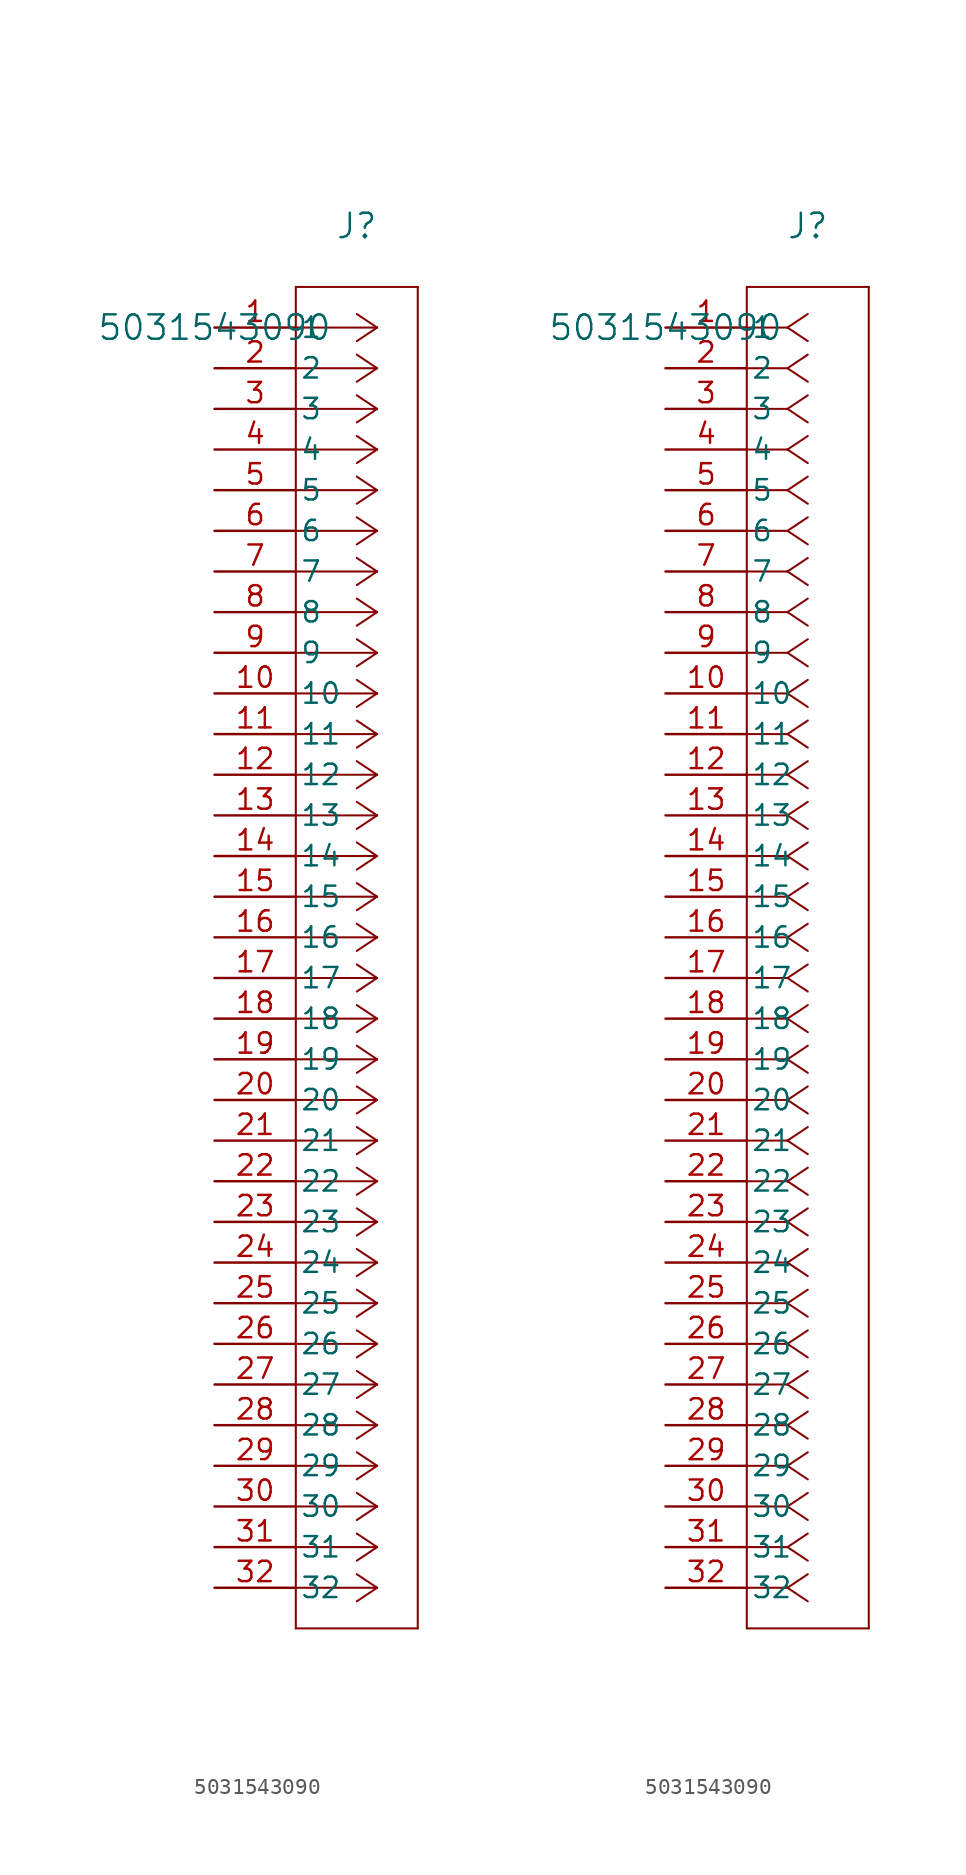
<source format=kicad_sym>
(kicad_symbol_lib
  (version 20211014)
  (generator kicad_symbol_editor)
  (symbol "5031543090"
    (pin_names
      (offset 0.254))
    (property "Reference" "J"
      (at 8.89 6.35 0)
      (effects (font (size 1.524 1.524))))
    (property "Value" "5031543090"
      (at 0 0 0)
      (effects (font (size 1.524 1.524))))
    (symbol "5031543090_1_1"
      (polyline (pts (xy 10.16 0) (xy 5.08 0)) (stroke (width 0.127) (type default) (color 0 0 0 0)) (fill (type none)))
      (polyline (pts (xy 10.16 -2.54) (xy 5.08 -2.54)) (stroke (width 0.127) (type default) (color 0 0 0 0)) (fill (type none)))
      (polyline (pts (xy 10.16 -5.08) (xy 5.08 -5.08)) (stroke (width 0.127) (type default) (color 0 0 0 0)) (fill (type none)))
      (polyline (pts (xy 10.16 -7.62) (xy 5.08 -7.62)) (stroke (width 0.127) (type default) (color 0 0 0 0)) (fill (type none)))
      (polyline (pts (xy 10.16 -10.16) (xy 5.08 -10.16)) (stroke (width 0.127) (type default) (color 0 0 0 0)) (fill (type none)))
      (polyline (pts (xy 10.16 -12.7) (xy 5.08 -12.7)) (stroke (width 0.127) (type default) (color 0 0 0 0)) (fill (type none)))
      (polyline (pts (xy 10.16 -15.24) (xy 5.08 -15.24)) (stroke (width 0.127) (type default) (color 0 0 0 0)) (fill (type none)))
      (polyline (pts (xy 10.16 -17.78) (xy 5.08 -17.78)) (stroke (width 0.127) (type default) (color 0 0 0 0)) (fill (type none)))
      (polyline (pts (xy 10.16 -20.32) (xy 5.08 -20.32)) (stroke (width 0.127) (type default) (color 0 0 0 0)) (fill (type none)))
      (polyline (pts (xy 10.16 -22.86) (xy 5.08 -22.86)) (stroke (width 0.127) (type default) (color 0 0 0 0)) (fill (type none)))
      (polyline (pts (xy 10.16 -25.4) (xy 5.08 -25.4)) (stroke (width 0.127) (type default) (color 0 0 0 0)) (fill (type none)))
      (polyline (pts (xy 10.16 -27.94) (xy 5.08 -27.94)) (stroke (width 0.127) (type default) (color 0 0 0 0)) (fill (type none)))
      (polyline (pts (xy 10.16 -30.48) (xy 5.08 -30.48)) (stroke (width 0.127) (type default) (color 0 0 0 0)) (fill (type none)))
      (polyline (pts (xy 10.16 -33.02) (xy 5.08 -33.02)) (stroke (width 0.127) (type default) (color 0 0 0 0)) (fill (type none)))
      (polyline (pts (xy 10.16 -35.56) (xy 5.08 -35.56)) (stroke (width 0.127) (type default) (color 0 0 0 0)) (fill (type none)))
      (polyline (pts (xy 10.16 -38.1) (xy 5.08 -38.1)) (stroke (width 0.127) (type default) (color 0 0 0 0)) (fill (type none)))
      (polyline (pts (xy 10.16 -40.64) (xy 5.08 -40.64)) (stroke (width 0.127) (type default) (color 0 0 0 0)) (fill (type none)))
      (polyline (pts (xy 10.16 -43.18) (xy 5.08 -43.18)) (stroke (width 0.127) (type default) (color 0 0 0 0)) (fill (type none)))
      (polyline (pts (xy 10.16 -45.72) (xy 5.08 -45.72)) (stroke (width 0.127) (type default) (color 0 0 0 0)) (fill (type none)))
      (polyline (pts (xy 10.16 -48.26) (xy 5.08 -48.26)) (stroke (width 0.127) (type default) (color 0 0 0 0)) (fill (type none)))
      (polyline (pts (xy 10.16 -50.8) (xy 5.08 -50.8)) (stroke (width 0.127) (type default) (color 0 0 0 0)) (fill (type none)))
      (polyline (pts (xy 10.16 -53.34) (xy 5.08 -53.34)) (stroke (width 0.127) (type default) (color 0 0 0 0)) (fill (type none)))
      (polyline (pts (xy 10.16 -55.88) (xy 5.08 -55.88)) (stroke (width 0.127) (type default) (color 0 0 0 0)) (fill (type none)))
      (polyline (pts (xy 10.16 -58.42) (xy 5.08 -58.42)) (stroke (width 0.127) (type default) (color 0 0 0 0)) (fill (type none)))
      (polyline (pts (xy 10.16 -60.96) (xy 5.08 -60.96)) (stroke (width 0.127) (type default) (color 0 0 0 0)) (fill (type none)))
      (polyline (pts (xy 10.16 -63.5) (xy 5.08 -63.5)) (stroke (width 0.127) (type default) (color 0 0 0 0)) (fill (type none)))
      (polyline (pts (xy 10.16 -66.04) (xy 5.08 -66.04)) (stroke (width 0.127) (type default) (color 0 0 0 0)) (fill (type none)))
      (polyline (pts (xy 10.16 -68.58) (xy 5.08 -68.58)) (stroke (width 0.127) (type default) (color 0 0 0 0)) (fill (type none)))
      (polyline (pts (xy 10.16 -71.12) (xy 5.08 -71.12)) (stroke (width 0.127) (type default) (color 0 0 0 0)) (fill (type none)))
      (polyline (pts (xy 10.16 -73.66) (xy 5.08 -73.66)) (stroke (width 0.127) (type default) (color 0 0 0 0)) (fill (type none)))
      (polyline (pts (xy 10.16 -76.2) (xy 5.08 -76.2)) (stroke (width 0.127) (type default) (color 0 0 0 0)) (fill (type none)))
      (polyline (pts (xy 10.16 -78.74) (xy 5.08 -78.74)) (stroke (width 0.127) (type default) (color 0 0 0 0)) (fill (type none)))
      (polyline (pts (xy 10.16 0) (xy 8.89 0.847)) (stroke (width 0.127) (type default) (color 0 0 0 0)) (fill (type none)))
      (polyline (pts (xy 10.16 -2.54) (xy 8.89 -1.693)) (stroke (width 0.127) (type default) (color 0 0 0 0)) (fill (type none)))
      (polyline (pts (xy 10.16 -5.08) (xy 8.89 -4.233)) (stroke (width 0.127) (type default) (color 0 0 0 0)) (fill (type none)))
      (polyline (pts (xy 10.16 -7.62) (xy 8.89 -6.773)) (stroke (width 0.127) (type default) (color 0 0 0 0)) (fill (type none)))
      (polyline (pts (xy 10.16 -10.16) (xy 8.89 -9.313)) (stroke (width 0.127) (type default) (color 0 0 0 0)) (fill (type none)))
      (polyline (pts (xy 10.16 -12.7) (xy 8.89 -11.853)) (stroke (width 0.127) (type default) (color 0 0 0 0)) (fill (type none)))
      (polyline (pts (xy 10.16 -15.24) (xy 8.89 -14.393)) (stroke (width 0.127) (type default) (color 0 0 0 0)) (fill (type none)))
      (polyline (pts (xy 10.16 -17.78) (xy 8.89 -16.933)) (stroke (width 0.127) (type default) (color 0 0 0 0)) (fill (type none)))
      (polyline (pts (xy 10.16 -20.32) (xy 8.89 -19.473)) (stroke (width 0.127) (type default) (color 0 0 0 0)) (fill (type none)))
      (polyline (pts (xy 10.16 -22.86) (xy 8.89 -22.013)) (stroke (width 0.127) (type default) (color 0 0 0 0)) (fill (type none)))
      (polyline (pts (xy 10.16 -25.4) (xy 8.89 -24.553)) (stroke (width 0.127) (type default) (color 0 0 0 0)) (fill (type none)))
      (polyline (pts (xy 10.16 -27.94) (xy 8.89 -27.093)) (stroke (width 0.127) (type default) (color 0 0 0 0)) (fill (type none)))
      (polyline (pts (xy 10.16 -30.48) (xy 8.89 -29.633)) (stroke (width 0.127) (type default) (color 0 0 0 0)) (fill (type none)))
      (polyline (pts (xy 10.16 -33.02) (xy 8.89 -32.173)) (stroke (width 0.127) (type default) (color 0 0 0 0)) (fill (type none)))
      (polyline (pts (xy 10.16 -35.56) (xy 8.89 -34.713)) (stroke (width 0.127) (type default) (color 0 0 0 0)) (fill (type none)))
      (polyline (pts (xy 10.16 -38.1) (xy 8.89 -37.253)) (stroke (width 0.127) (type default) (color 0 0 0 0)) (fill (type none)))
      (polyline (pts (xy 10.16 -40.64) (xy 8.89 -39.793)) (stroke (width 0.127) (type default) (color 0 0 0 0)) (fill (type none)))
      (polyline (pts (xy 10.16 -43.18) (xy 8.89 -42.333)) (stroke (width 0.127) (type default) (color 0 0 0 0)) (fill (type none)))
      (polyline (pts (xy 10.16 -45.72) (xy 8.89 -44.873)) (stroke (width 0.127) (type default) (color 0 0 0 0)) (fill (type none)))
      (polyline (pts (xy 10.16 -48.26) (xy 8.89 -47.413)) (stroke (width 0.127) (type default) (color 0 0 0 0)) (fill (type none)))
      (polyline (pts (xy 10.16 -50.8) (xy 8.89 -49.953)) (stroke (width 0.127) (type default) (color 0 0 0 0)) (fill (type none)))
      (polyline (pts (xy 10.16 -53.34) (xy 8.89 -52.493)) (stroke (width 0.127) (type default) (color 0 0 0 0)) (fill (type none)))
      (polyline (pts (xy 10.16 -55.88) (xy 8.89 -55.033)) (stroke (width 0.127) (type default) (color 0 0 0 0)) (fill (type none)))
      (polyline (pts (xy 10.16 -58.42) (xy 8.89 -57.573)) (stroke (width 0.127) (type default) (color 0 0 0 0)) (fill (type none)))
      (polyline (pts (xy 10.16 -60.96) (xy 8.89 -60.113)) (stroke (width 0.127) (type default) (color 0 0 0 0)) (fill (type none)))
      (polyline (pts (xy 10.16 -63.5) (xy 8.89 -62.653)) (stroke (width 0.127) (type default) (color 0 0 0 0)) (fill (type none)))
      (polyline (pts (xy 10.16 -66.04) (xy 8.89 -65.193)) (stroke (width 0.127) (type default) (color 0 0 0 0)) (fill (type none)))
      (polyline (pts (xy 10.16 -68.58) (xy 8.89 -67.733)) (stroke (width 0.127) (type default) (color 0 0 0 0)) (fill (type none)))
      (polyline (pts (xy 10.16 -71.12) (xy 8.89 -70.273)) (stroke (width 0.127) (type default) (color 0 0 0 0)) (fill (type none)))
      (polyline (pts (xy 10.16 -73.66) (xy 8.89 -72.813)) (stroke (width 0.127) (type default) (color 0 0 0 0)) (fill (type none)))
      (polyline (pts (xy 10.16 -76.2) (xy 8.89 -75.353)) (stroke (width 0.127) (type default) (color 0 0 0 0)) (fill (type none)))
      (polyline (pts (xy 10.16 -78.74) (xy 8.89 -77.893)) (stroke (width 0.127) (type default) (color 0 0 0 0)) (fill (type none)))
      (polyline (pts (xy 10.16 0) (xy 8.89 -0.847)) (stroke (width 0.127) (type default) (color 0 0 0 0)) (fill (type none)))
      (polyline (pts (xy 10.16 -2.54) (xy 8.89 -3.387)) (stroke (width 0.127) (type default) (color 0 0 0 0)) (fill (type none)))
      (polyline (pts (xy 10.16 -5.08) (xy 8.89 -5.927)) (stroke (width 0.127) (type default) (color 0 0 0 0)) (fill (type none)))
      (polyline (pts (xy 10.16 -7.62) (xy 8.89 -8.467)) (stroke (width 0.127) (type default) (color 0 0 0 0)) (fill (type none)))
      (polyline (pts (xy 10.16 -10.16) (xy 8.89 -11.007)) (stroke (width 0.127) (type default) (color 0 0 0 0)) (fill (type none)))
      (polyline (pts (xy 10.16 -12.7) (xy 8.89 -13.547)) (stroke (width 0.127) (type default) (color 0 0 0 0)) (fill (type none)))
      (polyline (pts (xy 10.16 -15.24) (xy 8.89 -16.087)) (stroke (width 0.127) (type default) (color 0 0 0 0)) (fill (type none)))
      (polyline (pts (xy 10.16 -17.78) (xy 8.89 -18.627)) (stroke (width 0.127) (type default) (color 0 0 0 0)) (fill (type none)))
      (polyline (pts (xy 10.16 -20.32) (xy 8.89 -21.167)) (stroke (width 0.127) (type default) (color 0 0 0 0)) (fill (type none)))
      (polyline (pts (xy 10.16 -22.86) (xy 8.89 -23.707)) (stroke (width 0.127) (type default) (color 0 0 0 0)) (fill (type none)))
      (polyline (pts (xy 10.16 -25.4) (xy 8.89 -26.247)) (stroke (width 0.127) (type default) (color 0 0 0 0)) (fill (type none)))
      (polyline (pts (xy 10.16 -27.94) (xy 8.89 -28.787)) (stroke (width 0.127) (type default) (color 0 0 0 0)) (fill (type none)))
      (polyline (pts (xy 10.16 -30.48) (xy 8.89 -31.327)) (stroke (width 0.127) (type default) (color 0 0 0 0)) (fill (type none)))
      (polyline (pts (xy 10.16 -33.02) (xy 8.89 -33.867)) (stroke (width 0.127) (type default) (color 0 0 0 0)) (fill (type none)))
      (polyline (pts (xy 10.16 -35.56) (xy 8.89 -36.407)) (stroke (width 0.127) (type default) (color 0 0 0 0)) (fill (type none)))
      (polyline (pts (xy 10.16 -38.1) (xy 8.89 -38.947)) (stroke (width 0.127) (type default) (color 0 0 0 0)) (fill (type none)))
      (polyline (pts (xy 10.16 -40.64) (xy 8.89 -41.487)) (stroke (width 0.127) (type default) (color 0 0 0 0)) (fill (type none)))
      (polyline (pts (xy 10.16 -43.18) (xy 8.89 -44.027)) (stroke (width 0.127) (type default) (color 0 0 0 0)) (fill (type none)))
      (polyline (pts (xy 10.16 -45.72) (xy 8.89 -46.567)) (stroke (width 0.127) (type default) (color 0 0 0 0)) (fill (type none)))
      (polyline (pts (xy 10.16 -48.26) (xy 8.89 -49.107)) (stroke (width 0.127) (type default) (color 0 0 0 0)) (fill (type none)))
      (polyline (pts (xy 10.16 -50.8) (xy 8.89 -51.647)) (stroke (width 0.127) (type default) (color 0 0 0 0)) (fill (type none)))
      (polyline (pts (xy 10.16 -53.34) (xy 8.89 -54.187)) (stroke (width 0.127) (type default) (color 0 0 0 0)) (fill (type none)))
      (polyline (pts (xy 10.16 -55.88) (xy 8.89 -56.727)) (stroke (width 0.127) (type default) (color 0 0 0 0)) (fill (type none)))
      (polyline (pts (xy 10.16 -58.42) (xy 8.89 -59.267)) (stroke (width 0.127) (type default) (color 0 0 0 0)) (fill (type none)))
      (polyline (pts (xy 10.16 -60.96) (xy 8.89 -61.807)) (stroke (width 0.127) (type default) (color 0 0 0 0)) (fill (type none)))
      (polyline (pts (xy 10.16 -63.5) (xy 8.89 -64.347)) (stroke (width 0.127) (type default) (color 0 0 0 0)) (fill (type none)))
      (polyline (pts (xy 10.16 -66.04) (xy 8.89 -66.887)) (stroke (width 0.127) (type default) (color 0 0 0 0)) (fill (type none)))
      (polyline (pts (xy 10.16 -68.58) (xy 8.89 -69.427)) (stroke (width 0.127) (type default) (color 0 0 0 0)) (fill (type none)))
      (polyline (pts (xy 10.16 -71.12) (xy 8.89 -71.967)) (stroke (width 0.127) (type default) (color 0 0 0 0)) (fill (type none)))
      (polyline (pts (xy 10.16 -73.66) (xy 8.89 -74.507)) (stroke (width 0.127) (type default) (color 0 0 0 0)) (fill (type none)))
      (polyline (pts (xy 10.16 -76.2) (xy 8.89 -77.047)) (stroke (width 0.127) (type default) (color 0 0 0 0)) (fill (type none)))
      (polyline (pts (xy 10.16 -78.74) (xy 8.89 -79.587)) (stroke (width 0.127) (type default) (color 0 0 0 0)) (fill (type none)))
      (polyline (pts (xy 5.08 2.54) (xy 5.08 -81.28)) (stroke (width 0.127) (type default) (color 0 0 0 0)) (fill (type none)))
      (polyline (pts (xy 5.08 -81.28) (xy 12.7 -81.28)) (stroke (width 0.127) (type default) (color 0 0 0 0)) (fill (type none)))
      (polyline (pts (xy 12.7 -81.28) (xy 12.7 2.54)) (stroke (width 0.127) (type default) (color 0 0 0 0)) (fill (type none)))
      (polyline (pts (xy 12.7 2.54) (xy 5.08 2.54)) (stroke (width 0.127) (type default) (color 0 0 0 0)) (fill (type none)))
      (pin unspecified line (at 0 0 0) (length 5.08) (name "1" (effects (font (size 1.27 1.27)))) (number "1" (effects (font (size 1.27 1.27)))))
      (pin unspecified line (at 0 -2.54 0) (length 5.08) (name "2" (effects (font (size 1.27 1.27)))) (number "2" (effects (font (size 1.27 1.27)))))
      (pin unspecified line (at 0 -5.08 0) (length 5.08) (name "3" (effects (font (size 1.27 1.27)))) (number "3" (effects (font (size 1.27 1.27)))))
      (pin unspecified line (at 0 -7.62 0) (length 5.08) (name "4" (effects (font (size 1.27 1.27)))) (number "4" (effects (font (size 1.27 1.27)))))
      (pin unspecified line (at 0 -10.16 0) (length 5.08) (name "5" (effects (font (size 1.27 1.27)))) (number "5" (effects (font (size 1.27 1.27)))))
      (pin unspecified line (at 0 -12.7 0) (length 5.08) (name "6" (effects (font (size 1.27 1.27)))) (number "6" (effects (font (size 1.27 1.27)))))
      (pin unspecified line (at 0 -15.24 0) (length 5.08) (name "7" (effects (font (size 1.27 1.27)))) (number "7" (effects (font (size 1.27 1.27)))))
      (pin unspecified line (at 0 -17.78 0) (length 5.08) (name "8" (effects (font (size 1.27 1.27)))) (number "8" (effects (font (size 1.27 1.27)))))
      (pin unspecified line (at 0 -20.32 0) (length 5.08) (name "9" (effects (font (size 1.27 1.27)))) (number "9" (effects (font (size 1.27 1.27)))))
      (pin unspecified line (at 0 -22.86 0) (length 5.08) (name "10" (effects (font (size 1.27 1.27)))) (number "10" (effects (font (size 1.27 1.27)))))
      (pin unspecified line (at 0 -25.4 0) (length 5.08) (name "11" (effects (font (size 1.27 1.27)))) (number "11" (effects (font (size 1.27 1.27)))))
      (pin unspecified line (at 0 -27.94 0) (length 5.08) (name "12" (effects (font (size 1.27 1.27)))) (number "12" (effects (font (size 1.27 1.27)))))
      (pin unspecified line (at 0 -30.48 0) (length 5.08) (name "13" (effects (font (size 1.27 1.27)))) (number "13" (effects (font (size 1.27 1.27)))))
      (pin unspecified line (at 0 -33.02 0) (length 5.08) (name "14" (effects (font (size 1.27 1.27)))) (number "14" (effects (font (size 1.27 1.27)))))
      (pin unspecified line (at 0 -35.56 0) (length 5.08) (name "15" (effects (font (size 1.27 1.27)))) (number "15" (effects (font (size 1.27 1.27)))))
      (pin unspecified line (at 0 -38.1 0) (length 5.08) (name "16" (effects (font (size 1.27 1.27)))) (number "16" (effects (font (size 1.27 1.27)))))
      (pin unspecified line (at 0 -40.64 0) (length 5.08) (name "17" (effects (font (size 1.27 1.27)))) (number "17" (effects (font (size 1.27 1.27)))))
      (pin unspecified line (at 0 -43.18 0) (length 5.08) (name "18" (effects (font (size 1.27 1.27)))) (number "18" (effects (font (size 1.27 1.27)))))
      (pin unspecified line (at 0 -45.72 0) (length 5.08) (name "19" (effects (font (size 1.27 1.27)))) (number "19" (effects (font (size 1.27 1.27)))))
      (pin unspecified line (at 0 -48.26 0) (length 5.08) (name "20" (effects (font (size 1.27 1.27)))) (number "20" (effects (font (size 1.27 1.27)))))
      (pin unspecified line (at 0 -50.8 0) (length 5.08) (name "21" (effects (font (size 1.27 1.27)))) (number "21" (effects (font (size 1.27 1.27)))))
      (pin unspecified line (at 0 -53.34 0) (length 5.08) (name "22" (effects (font (size 1.27 1.27)))) (number "22" (effects (font (size 1.27 1.27)))))
      (pin unspecified line (at 0 -55.88 0) (length 5.08) (name "23" (effects (font (size 1.27 1.27)))) (number "23" (effects (font (size 1.27 1.27)))))
      (pin unspecified line (at 0 -58.42 0) (length 5.08) (name "24" (effects (font (size 1.27 1.27)))) (number "24" (effects (font (size 1.27 1.27)))))
      (pin unspecified line (at 0 -60.96 0) (length 5.08) (name "25" (effects (font (size 1.27 1.27)))) (number "25" (effects (font (size 1.27 1.27)))))
      (pin unspecified line (at 0 -63.5 0) (length 5.08) (name "26" (effects (font (size 1.27 1.27)))) (number "26" (effects (font (size 1.27 1.27)))))
      (pin unspecified line (at 0 -66.04 0) (length 5.08) (name "27" (effects (font (size 1.27 1.27)))) (number "27" (effects (font (size 1.27 1.27)))))
      (pin unspecified line (at 0 -68.58 0) (length 5.08) (name "28" (effects (font (size 1.27 1.27)))) (number "28" (effects (font (size 1.27 1.27)))))
      (pin unspecified line (at 0 -71.12 0) (length 5.08) (name "29" (effects (font (size 1.27 1.27)))) (number "29" (effects (font (size 1.27 1.27)))))
      (pin unspecified line (at 0 -73.66 0) (length 5.08) (name "30" (effects (font (size 1.27 1.27)))) (number "30" (effects (font (size 1.27 1.27)))))
      (pin unspecified line (at 0 -76.2 0) (length 5.08) (name "31" (effects (font (size 1.27 1.27)))) (number "31" (effects (font (size 1.27 1.27)))))
      (pin unspecified line (at 0 -78.74 0) (length 5.08) (name "32" (effects (font (size 1.27 1.27)))) (number "32" (effects (font (size 1.27 1.27))))))
    (symbol "5031543090_1_2"
      (polyline (pts (xy 7.62 0) (xy 5.08 0)) (stroke (width 0.127) (type default) (color 0 0 0 0)) (fill (type none)))
      (polyline (pts (xy 7.62 -2.54) (xy 5.08 -2.54)) (stroke (width 0.127) (type default) (color 0 0 0 0)) (fill (type none)))
      (polyline (pts (xy 7.62 -5.08) (xy 5.08 -5.08)) (stroke (width 0.127) (type default) (color 0 0 0 0)) (fill (type none)))
      (polyline (pts (xy 7.62 -7.62) (xy 5.08 -7.62)) (stroke (width 0.127) (type default) (color 0 0 0 0)) (fill (type none)))
      (polyline (pts (xy 7.62 -10.16) (xy 5.08 -10.16)) (stroke (width 0.127) (type default) (color 0 0 0 0)) (fill (type none)))
      (polyline (pts (xy 7.62 -12.7) (xy 5.08 -12.7)) (stroke (width 0.127) (type default) (color 0 0 0 0)) (fill (type none)))
      (polyline (pts (xy 7.62 -15.24) (xy 5.08 -15.24)) (stroke (width 0.127) (type default) (color 0 0 0 0)) (fill (type none)))
      (polyline (pts (xy 7.62 -17.78) (xy 5.08 -17.78)) (stroke (width 0.127) (type default) (color 0 0 0 0)) (fill (type none)))
      (polyline (pts (xy 7.62 -20.32) (xy 5.08 -20.32)) (stroke (width 0.127) (type default) (color 0 0 0 0)) (fill (type none)))
      (polyline (pts (xy 7.62 -22.86) (xy 5.08 -22.86)) (stroke (width 0.127) (type default) (color 0 0 0 0)) (fill (type none)))
      (polyline (pts (xy 7.62 -25.4) (xy 5.08 -25.4)) (stroke (width 0.127) (type default) (color 0 0 0 0)) (fill (type none)))
      (polyline (pts (xy 7.62 -27.94) (xy 5.08 -27.94)) (stroke (width 0.127) (type default) (color 0 0 0 0)) (fill (type none)))
      (polyline (pts (xy 7.62 -30.48) (xy 5.08 -30.48)) (stroke (width 0.127) (type default) (color 0 0 0 0)) (fill (type none)))
      (polyline (pts (xy 7.62 -33.02) (xy 5.08 -33.02)) (stroke (width 0.127) (type default) (color 0 0 0 0)) (fill (type none)))
      (polyline (pts (xy 7.62 -35.56) (xy 5.08 -35.56)) (stroke (width 0.127) (type default) (color 0 0 0 0)) (fill (type none)))
      (polyline (pts (xy 7.62 -38.1) (xy 5.08 -38.1)) (stroke (width 0.127) (type default) (color 0 0 0 0)) (fill (type none)))
      (polyline (pts (xy 7.62 -40.64) (xy 5.08 -40.64)) (stroke (width 0.127) (type default) (color 0 0 0 0)) (fill (type none)))
      (polyline (pts (xy 7.62 -43.18) (xy 5.08 -43.18)) (stroke (width 0.127) (type default) (color 0 0 0 0)) (fill (type none)))
      (polyline (pts (xy 7.62 -45.72) (xy 5.08 -45.72)) (stroke (width 0.127) (type default) (color 0 0 0 0)) (fill (type none)))
      (polyline (pts (xy 7.62 -48.26) (xy 5.08 -48.26)) (stroke (width 0.127) (type default) (color 0 0 0 0)) (fill (type none)))
      (polyline (pts (xy 7.62 -50.8) (xy 5.08 -50.8)) (stroke (width 0.127) (type default) (color 0 0 0 0)) (fill (type none)))
      (polyline (pts (xy 7.62 -53.34) (xy 5.08 -53.34)) (stroke (width 0.127) (type default) (color 0 0 0 0)) (fill (type none)))
      (polyline (pts (xy 7.62 -55.88) (xy 5.08 -55.88)) (stroke (width 0.127) (type default) (color 0 0 0 0)) (fill (type none)))
      (polyline (pts (xy 7.62 -58.42) (xy 5.08 -58.42)) (stroke (width 0.127) (type default) (color 0 0 0 0)) (fill (type none)))
      (polyline (pts (xy 7.62 -60.96) (xy 5.08 -60.96)) (stroke (width 0.127) (type default) (color 0 0 0 0)) (fill (type none)))
      (polyline (pts (xy 7.62 -63.5) (xy 5.08 -63.5)) (stroke (width 0.127) (type default) (color 0 0 0 0)) (fill (type none)))
      (polyline (pts (xy 7.62 -66.04) (xy 5.08 -66.04)) (stroke (width 0.127) (type default) (color 0 0 0 0)) (fill (type none)))
      (polyline (pts (xy 7.62 -68.58) (xy 5.08 -68.58)) (stroke (width 0.127) (type default) (color 0 0 0 0)) (fill (type none)))
      (polyline (pts (xy 7.62 -71.12) (xy 5.08 -71.12)) (stroke (width 0.127) (type default) (color 0 0 0 0)) (fill (type none)))
      (polyline (pts (xy 7.62 -73.66) (xy 5.08 -73.66)) (stroke (width 0.127) (type default) (color 0 0 0 0)) (fill (type none)))
      (polyline (pts (xy 7.62 -76.2) (xy 5.08 -76.2)) (stroke (width 0.127) (type default) (color 0 0 0 0)) (fill (type none)))
      (polyline (pts (xy 7.62 -78.74) (xy 5.08 -78.74)) (stroke (width 0.127) (type default) (color 0 0 0 0)) (fill (type none)))
      (polyline (pts (xy 7.62 0) (xy 8.89 0.847)) (stroke (width 0.127) (type default) (color 0 0 0 0)) (fill (type none)))
      (polyline (pts (xy 7.62 -2.54) (xy 8.89 -1.693)) (stroke (width 0.127) (type default) (color 0 0 0 0)) (fill (type none)))
      (polyline (pts (xy 7.62 -5.08) (xy 8.89 -4.233)) (stroke (width 0.127) (type default) (color 0 0 0 0)) (fill (type none)))
      (polyline (pts (xy 7.62 -7.62) (xy 8.89 -6.773)) (stroke (width 0.127) (type default) (color 0 0 0 0)) (fill (type none)))
      (polyline (pts (xy 7.62 -10.16) (xy 8.89 -9.313)) (stroke (width 0.127) (type default) (color 0 0 0 0)) (fill (type none)))
      (polyline (pts (xy 7.62 -12.7) (xy 8.89 -11.853)) (stroke (width 0.127) (type default) (color 0 0 0 0)) (fill (type none)))
      (polyline (pts (xy 7.62 -15.24) (xy 8.89 -14.393)) (stroke (width 0.127) (type default) (color 0 0 0 0)) (fill (type none)))
      (polyline (pts (xy 7.62 -17.78) (xy 8.89 -16.933)) (stroke (width 0.127) (type default) (color 0 0 0 0)) (fill (type none)))
      (polyline (pts (xy 7.62 -20.32) (xy 8.89 -19.473)) (stroke (width 0.127) (type default) (color 0 0 0 0)) (fill (type none)))
      (polyline (pts (xy 7.62 -22.86) (xy 8.89 -22.013)) (stroke (width 0.127) (type default) (color 0 0 0 0)) (fill (type none)))
      (polyline (pts (xy 7.62 -25.4) (xy 8.89 -24.553)) (stroke (width 0.127) (type default) (color 0 0 0 0)) (fill (type none)))
      (polyline (pts (xy 7.62 -27.94) (xy 8.89 -27.093)) (stroke (width 0.127) (type default) (color 0 0 0 0)) (fill (type none)))
      (polyline (pts (xy 7.62 -30.48) (xy 8.89 -29.633)) (stroke (width 0.127) (type default) (color 0 0 0 0)) (fill (type none)))
      (polyline (pts (xy 7.62 -33.02) (xy 8.89 -32.173)) (stroke (width 0.127) (type default) (color 0 0 0 0)) (fill (type none)))
      (polyline (pts (xy 7.62 -35.56) (xy 8.89 -34.713)) (stroke (width 0.127) (type default) (color 0 0 0 0)) (fill (type none)))
      (polyline (pts (xy 7.62 -38.1) (xy 8.89 -37.253)) (stroke (width 0.127) (type default) (color 0 0 0 0)) (fill (type none)))
      (polyline (pts (xy 7.62 -40.64) (xy 8.89 -39.793)) (stroke (width 0.127) (type default) (color 0 0 0 0)) (fill (type none)))
      (polyline (pts (xy 7.62 -43.18) (xy 8.89 -42.333)) (stroke (width 0.127) (type default) (color 0 0 0 0)) (fill (type none)))
      (polyline (pts (xy 7.62 -45.72) (xy 8.89 -44.873)) (stroke (width 0.127) (type default) (color 0 0 0 0)) (fill (type none)))
      (polyline (pts (xy 7.62 -48.26) (xy 8.89 -47.413)) (stroke (width 0.127) (type default) (color 0 0 0 0)) (fill (type none)))
      (polyline (pts (xy 7.62 -50.8) (xy 8.89 -49.953)) (stroke (width 0.127) (type default) (color 0 0 0 0)) (fill (type none)))
      (polyline (pts (xy 7.62 -53.34) (xy 8.89 -52.493)) (stroke (width 0.127) (type default) (color 0 0 0 0)) (fill (type none)))
      (polyline (pts (xy 7.62 -55.88) (xy 8.89 -55.033)) (stroke (width 0.127) (type default) (color 0 0 0 0)) (fill (type none)))
      (polyline (pts (xy 7.62 -58.42) (xy 8.89 -57.573)) (stroke (width 0.127) (type default) (color 0 0 0 0)) (fill (type none)))
      (polyline (pts (xy 7.62 -60.96) (xy 8.89 -60.113)) (stroke (width 0.127) (type default) (color 0 0 0 0)) (fill (type none)))
      (polyline (pts (xy 7.62 -63.5) (xy 8.89 -62.653)) (stroke (width 0.127) (type default) (color 0 0 0 0)) (fill (type none)))
      (polyline (pts (xy 7.62 -66.04) (xy 8.89 -65.193)) (stroke (width 0.127) (type default) (color 0 0 0 0)) (fill (type none)))
      (polyline (pts (xy 7.62 -68.58) (xy 8.89 -67.733)) (stroke (width 0.127) (type default) (color 0 0 0 0)) (fill (type none)))
      (polyline (pts (xy 7.62 -71.12) (xy 8.89 -70.273)) (stroke (width 0.127) (type default) (color 0 0 0 0)) (fill (type none)))
      (polyline (pts (xy 7.62 -73.66) (xy 8.89 -72.813)) (stroke (width 0.127) (type default) (color 0 0 0 0)) (fill (type none)))
      (polyline (pts (xy 7.62 -76.2) (xy 8.89 -75.353)) (stroke (width 0.127) (type default) (color 0 0 0 0)) (fill (type none)))
      (polyline (pts (xy 7.62 -78.74) (xy 8.89 -77.893)) (stroke (width 0.127) (type default) (color 0 0 0 0)) (fill (type none)))
      (polyline (pts (xy 7.62 0) (xy 8.89 -0.847)) (stroke (width 0.127) (type default) (color 0 0 0 0)) (fill (type none)))
      (polyline (pts (xy 7.62 -2.54) (xy 8.89 -3.387)) (stroke (width 0.127) (type default) (color 0 0 0 0)) (fill (type none)))
      (polyline (pts (xy 7.62 -5.08) (xy 8.89 -5.927)) (stroke (width 0.127) (type default) (color 0 0 0 0)) (fill (type none)))
      (polyline (pts (xy 7.62 -7.62) (xy 8.89 -8.467)) (stroke (width 0.127) (type default) (color 0 0 0 0)) (fill (type none)))
      (polyline (pts (xy 7.62 -10.16) (xy 8.89 -11.007)) (stroke (width 0.127) (type default) (color 0 0 0 0)) (fill (type none)))
      (polyline (pts (xy 7.62 -12.7) (xy 8.89 -13.547)) (stroke (width 0.127) (type default) (color 0 0 0 0)) (fill (type none)))
      (polyline (pts (xy 7.62 -15.24) (xy 8.89 -16.087)) (stroke (width 0.127) (type default) (color 0 0 0 0)) (fill (type none)))
      (polyline (pts (xy 7.62 -17.78) (xy 8.89 -18.627)) (stroke (width 0.127) (type default) (color 0 0 0 0)) (fill (type none)))
      (polyline (pts (xy 7.62 -20.32) (xy 8.89 -21.167)) (stroke (width 0.127) (type default) (color 0 0 0 0)) (fill (type none)))
      (polyline (pts (xy 7.62 -22.86) (xy 8.89 -23.707)) (stroke (width 0.127) (type default) (color 0 0 0 0)) (fill (type none)))
      (polyline (pts (xy 7.62 -25.4) (xy 8.89 -26.247)) (stroke (width 0.127) (type default) (color 0 0 0 0)) (fill (type none)))
      (polyline (pts (xy 7.62 -27.94) (xy 8.89 -28.787)) (stroke (width 0.127) (type default) (color 0 0 0 0)) (fill (type none)))
      (polyline (pts (xy 7.62 -30.48) (xy 8.89 -31.327)) (stroke (width 0.127) (type default) (color 0 0 0 0)) (fill (type none)))
      (polyline (pts (xy 7.62 -33.02) (xy 8.89 -33.867)) (stroke (width 0.127) (type default) (color 0 0 0 0)) (fill (type none)))
      (polyline (pts (xy 7.62 -35.56) (xy 8.89 -36.407)) (stroke (width 0.127) (type default) (color 0 0 0 0)) (fill (type none)))
      (polyline (pts (xy 7.62 -38.1) (xy 8.89 -38.947)) (stroke (width 0.127) (type default) (color 0 0 0 0)) (fill (type none)))
      (polyline (pts (xy 7.62 -40.64) (xy 8.89 -41.487)) (stroke (width 0.127) (type default) (color 0 0 0 0)) (fill (type none)))
      (polyline (pts (xy 7.62 -43.18) (xy 8.89 -44.027)) (stroke (width 0.127) (type default) (color 0 0 0 0)) (fill (type none)))
      (polyline (pts (xy 7.62 -45.72) (xy 8.89 -46.567)) (stroke (width 0.127) (type default) (color 0 0 0 0)) (fill (type none)))
      (polyline (pts (xy 7.62 -48.26) (xy 8.89 -49.107)) (stroke (width 0.127) (type default) (color 0 0 0 0)) (fill (type none)))
      (polyline (pts (xy 7.62 -50.8) (xy 8.89 -51.647)) (stroke (width 0.127) (type default) (color 0 0 0 0)) (fill (type none)))
      (polyline (pts (xy 7.62 -53.34) (xy 8.89 -54.187)) (stroke (width 0.127) (type default) (color 0 0 0 0)) (fill (type none)))
      (polyline (pts (xy 7.62 -55.88) (xy 8.89 -56.727)) (stroke (width 0.127) (type default) (color 0 0 0 0)) (fill (type none)))
      (polyline (pts (xy 7.62 -58.42) (xy 8.89 -59.267)) (stroke (width 0.127) (type default) (color 0 0 0 0)) (fill (type none)))
      (polyline (pts (xy 7.62 -60.96) (xy 8.89 -61.807)) (stroke (width 0.127) (type default) (color 0 0 0 0)) (fill (type none)))
      (polyline (pts (xy 7.62 -63.5) (xy 8.89 -64.347)) (stroke (width 0.127) (type default) (color 0 0 0 0)) (fill (type none)))
      (polyline (pts (xy 7.62 -66.04) (xy 8.89 -66.887)) (stroke (width 0.127) (type default) (color 0 0 0 0)) (fill (type none)))
      (polyline (pts (xy 7.62 -68.58) (xy 8.89 -69.427)) (stroke (width 0.127) (type default) (color 0 0 0 0)) (fill (type none)))
      (polyline (pts (xy 7.62 -71.12) (xy 8.89 -71.967)) (stroke (width 0.127) (type default) (color 0 0 0 0)) (fill (type none)))
      (polyline (pts (xy 7.62 -73.66) (xy 8.89 -74.507)) (stroke (width 0.127) (type default) (color 0 0 0 0)) (fill (type none)))
      (polyline (pts (xy 7.62 -76.2) (xy 8.89 -77.047)) (stroke (width 0.127) (type default) (color 0 0 0 0)) (fill (type none)))
      (polyline (pts (xy 7.62 -78.74) (xy 8.89 -79.587)) (stroke (width 0.127) (type default) (color 0 0 0 0)) (fill (type none)))
      (polyline (pts (xy 5.08 2.54) (xy 5.08 -81.28)) (stroke (width 0.127) (type default) (color 0 0 0 0)) (fill (type none)))
      (polyline (pts (xy 5.08 -81.28) (xy 12.7 -81.28)) (stroke (width 0.127) (type default) (color 0 0 0 0)) (fill (type none)))
      (polyline (pts (xy 12.7 -81.28) (xy 12.7 2.54)) (stroke (width 0.127) (type default) (color 0 0 0 0)) (fill (type none)))
      (polyline (pts (xy 12.7 2.54) (xy 5.08 2.54)) (stroke (width 0.127) (type default) (color 0 0 0 0)) (fill (type none)))
      (pin unspecified line (at 0 0 0) (length 5.08) (name "1" (effects (font (size 1.27 1.27)))) (number "1" (effects (font (size 1.27 1.27)))))
      (pin unspecified line (at 0 -2.54 0) (length 5.08) (name "2" (effects (font (size 1.27 1.27)))) (number "2" (effects (font (size 1.27 1.27)))))
      (pin unspecified line (at 0 -5.08 0) (length 5.08) (name "3" (effects (font (size 1.27 1.27)))) (number "3" (effects (font (size 1.27 1.27)))))
      (pin unspecified line (at 0 -7.62 0) (length 5.08) (name "4" (effects (font (size 1.27 1.27)))) (number "4" (effects (font (size 1.27 1.27)))))
      (pin unspecified line (at 0 -10.16 0) (length 5.08) (name "5" (effects (font (size 1.27 1.27)))) (number "5" (effects (font (size 1.27 1.27)))))
      (pin unspecified line (at 0 -12.7 0) (length 5.08) (name "6" (effects (font (size 1.27 1.27)))) (number "6" (effects (font (size 1.27 1.27)))))
      (pin unspecified line (at 0 -15.24 0) (length 5.08) (name "7" (effects (font (size 1.27 1.27)))) (number "7" (effects (font (size 1.27 1.27)))))
      (pin unspecified line (at 0 -17.78 0) (length 5.08) (name "8" (effects (font (size 1.27 1.27)))) (number "8" (effects (font (size 1.27 1.27)))))
      (pin unspecified line (at 0 -20.32 0) (length 5.08) (name "9" (effects (font (size 1.27 1.27)))) (number "9" (effects (font (size 1.27 1.27)))))
      (pin unspecified line (at 0 -22.86 0) (length 5.08) (name "10" (effects (font (size 1.27 1.27)))) (number "10" (effects (font (size 1.27 1.27)))))
      (pin unspecified line (at 0 -25.4 0) (length 5.08) (name "11" (effects (font (size 1.27 1.27)))) (number "11" (effects (font (size 1.27 1.27)))))
      (pin unspecified line (at 0 -27.94 0) (length 5.08) (name "12" (effects (font (size 1.27 1.27)))) (number "12" (effects (font (size 1.27 1.27)))))
      (pin unspecified line (at 0 -30.48 0) (length 5.08) (name "13" (effects (font (size 1.27 1.27)))) (number "13" (effects (font (size 1.27 1.27)))))
      (pin unspecified line (at 0 -33.02 0) (length 5.08) (name "14" (effects (font (size 1.27 1.27)))) (number "14" (effects (font (size 1.27 1.27)))))
      (pin unspecified line (at 0 -35.56 0) (length 5.08) (name "15" (effects (font (size 1.27 1.27)))) (number "15" (effects (font (size 1.27 1.27)))))
      (pin unspecified line (at 0 -38.1 0) (length 5.08) (name "16" (effects (font (size 1.27 1.27)))) (number "16" (effects (font (size 1.27 1.27)))))
      (pin unspecified line (at 0 -40.64 0) (length 5.08) (name "17" (effects (font (size 1.27 1.27)))) (number "17" (effects (font (size 1.27 1.27)))))
      (pin unspecified line (at 0 -43.18 0) (length 5.08) (name "18" (effects (font (size 1.27 1.27)))) (number "18" (effects (font (size 1.27 1.27)))))
      (pin unspecified line (at 0 -45.72 0) (length 5.08) (name "19" (effects (font (size 1.27 1.27)))) (number "19" (effects (font (size 1.27 1.27)))))
      (pin unspecified line (at 0 -48.26 0) (length 5.08) (name "20" (effects (font (size 1.27 1.27)))) (number "20" (effects (font (size 1.27 1.27)))))
      (pin unspecified line (at 0 -50.8 0) (length 5.08) (name "21" (effects (font (size 1.27 1.27)))) (number "21" (effects (font (size 1.27 1.27)))))
      (pin unspecified line (at 0 -53.34 0) (length 5.08) (name "22" (effects (font (size 1.27 1.27)))) (number "22" (effects (font (size 1.27 1.27)))))
      (pin unspecified line (at 0 -55.88 0) (length 5.08) (name "23" (effects (font (size 1.27 1.27)))) (number "23" (effects (font (size 1.27 1.27)))))
      (pin unspecified line (at 0 -58.42 0) (length 5.08) (name "24" (effects (font (size 1.27 1.27)))) (number "24" (effects (font (size 1.27 1.27)))))
      (pin unspecified line (at 0 -60.96 0) (length 5.08) (name "25" (effects (font (size 1.27 1.27)))) (number "25" (effects (font (size 1.27 1.27)))))
      (pin unspecified line (at 0 -63.5 0) (length 5.08) (name "26" (effects (font (size 1.27 1.27)))) (number "26" (effects (font (size 1.27 1.27)))))
      (pin unspecified line (at 0 -66.04 0) (length 5.08) (name "27" (effects (font (size 1.27 1.27)))) (number "27" (effects (font (size 1.27 1.27)))))
      (pin unspecified line (at 0 -68.58 0) (length 5.08) (name "28" (effects (font (size 1.27 1.27)))) (number "28" (effects (font (size 1.27 1.27)))))
      (pin unspecified line (at 0 -71.12 0) (length 5.08) (name "29" (effects (font (size 1.27 1.27)))) (number "29" (effects (font (size 1.27 1.27)))))
      (pin unspecified line (at 0 -73.66 0) (length 5.08) (name "30" (effects (font (size 1.27 1.27)))) (number "30" (effects (font (size 1.27 1.27)))))
      (pin unspecified line (at 0 -76.2 0) (length 5.08) (name "31" (effects (font (size 1.27 1.27)))) (number "31" (effects (font (size 1.27 1.27)))))
      (pin unspecified line (at 0 -78.74 0) (length 5.08) (name "32" (effects (font (size 1.27 1.27)))) (number "32" (effects (font (size 1.27 1.27))))))))
</source>
